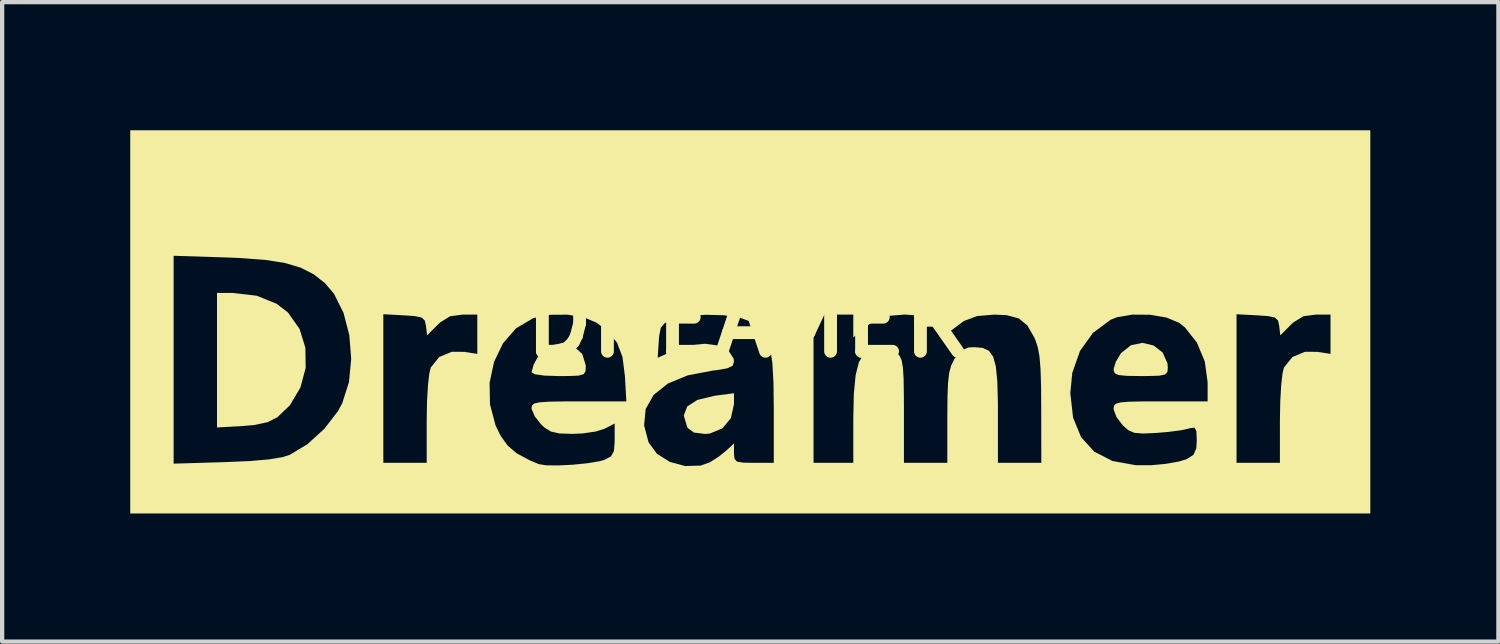
<source format=kicad_pcb>
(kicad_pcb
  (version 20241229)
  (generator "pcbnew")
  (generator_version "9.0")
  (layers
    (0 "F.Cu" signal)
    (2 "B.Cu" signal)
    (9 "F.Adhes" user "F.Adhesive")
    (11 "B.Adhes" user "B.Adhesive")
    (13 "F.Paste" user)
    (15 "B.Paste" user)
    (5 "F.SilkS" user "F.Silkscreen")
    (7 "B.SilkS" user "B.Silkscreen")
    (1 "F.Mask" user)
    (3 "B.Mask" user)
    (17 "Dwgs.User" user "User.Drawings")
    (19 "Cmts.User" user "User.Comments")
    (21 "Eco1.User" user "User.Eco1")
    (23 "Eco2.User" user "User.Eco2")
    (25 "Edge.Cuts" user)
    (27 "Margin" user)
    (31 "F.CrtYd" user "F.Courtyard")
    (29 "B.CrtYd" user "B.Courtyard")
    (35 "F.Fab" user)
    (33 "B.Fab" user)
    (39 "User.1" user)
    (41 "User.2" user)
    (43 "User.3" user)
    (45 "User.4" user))
  (footprint "DREAMER"
    (layer "F.Cu")
    (at 14.478 4.487)
    (property "Reference" "DREAMER" (at 0 0 0) (layer "F.SilkS") (effects (font (size 1.524 1.524) (thickness 0.3))))
    (attr board_only exclude_from_pos_files exclude_from_bom)
    (fp_poly (pts (xy -0.339 1.925) (xy -0.411 2.254) (xy -0.61 2.494) (xy -0.904 2.616) (xy -1.019 2.625) (xy -1.278 2.593) (xy -1.421 2.487) (xy -1.436 2.461) (xy -1.515 2.193) (xy -1.434 1.982) (xy -1.195 1.828) (xy -0.799 1.733) (xy -0.783 1.73) (xy -0.339 1.672)) (stroke (width 0) (type solid)) (fill yes) (layer "F.SilkS"))
    (fp_poly (pts (xy -12.086 -0.677) (xy -11.518 -0.612) (xy -11.048 -0.423) (xy -10.785 -0.219) (xy -10.513 0.165) (xy -10.376 0.609) (xy -10.37 1.08) (xy -10.493 1.54) (xy -10.739 1.954) (xy -11.031 2.233) (xy -11.257 2.349) (xy -11.579 2.417) (xy -11.856 2.441) (xy -12.446 2.474) (xy -12.446 -0.677)) (stroke (width 0) (type solid)) (fill yes) (layer "F.SilkS"))
    (fp_poly (pts (xy -4.091 0.573) (xy -3.892 0.752) (xy -3.81 1.02) (xy -3.81 1.044) (xy -3.816 1.159) (xy -3.859 1.226) (xy -3.975 1.259) (xy -4.198 1.269) (xy -4.445 1.27) (xy -4.784 1.259) (xy -5.004 1.227) (xy -5.08 1.181) (xy -5.03 0.999) (xy -4.912 0.785) (xy -4.771 0.613) (xy -4.695 0.561) (xy -4.37 0.502)) (stroke (width 0) (type solid)) (fill yes) (layer "F.SilkS"))
    (fp_poly (pts (xy 9.488 0.554) (xy 9.698 0.717) (xy 9.812 0.969) (xy 9.821 1.077) (xy 9.811 1.175) (xy 9.756 1.233) (xy 9.621 1.261) (xy 9.37 1.269) (xy 9.186 1.27) (xy 8.86 1.265) (xy 8.669 1.246) (xy 8.578 1.204) (xy 8.552 1.129) (xy 8.551 1.112) (xy 8.602 0.938) (xy 8.723 0.736) (xy 8.727 0.731) (xy 8.959 0.547) (xy 9.227 0.492)) (stroke (width 0) (type solid)) (fill yes) (layer "F.SilkS"))
    (fp_poly (pts (xy 14.563 4.487) (xy -14.478 4.487) (xy -14.478 -1.547) (xy -13.462 -1.547) (xy -13.462 3.321) (xy -12.255 3.285) (xy -11.661 3.259) (xy -11.217 3.22) (xy -10.905 3.167) (xy -10.741 3.114) (xy -10.327 2.864) (xy -9.933 2.506) (xy -9.616 2.095) (xy -9.513 1.905) (xy -9.356 1.412) (xy -9.303 0.865) (xy -9.348 0.31) (xy -9.475 -0.178) (xy -8.551 -0.178) (xy -8.551 3.302) (xy -7.535 3.302) (xy -7.535 2.29) (xy -7.528 1.868) (xy -7.506 1.495) (xy -7.499 1.426) (xy -6.062 1.426) (xy -6.053 1.934) (xy -5.922 2.428) (xy -5.806 2.665) (xy -5.639 2.899) (xy -5.428 3.079) (xy -5.125 3.242) (xy -4.911 3.332) (xy -4.736 3.36) (xy -4.451 3.363) (xy -4.112 3.346) (xy -3.774 3.312) (xy -3.494 3.266) (xy -3.365 3.23) (xy -3.219 3.15) (xy -3.151 3.027) (xy -3.133 2.803) (xy -3.133 2.759) (xy -3.133 2.426) (xy -2.444 2.426) (xy -2.339 2.823) (xy -2.144 3.089) (xy -1.841 3.28) (xy -1.482 3.377) (xy -1.119 3.366) (xy -0.905 3.291) (xy -0.701 3.161) (xy -0.529 3.023) (xy -0.339 2.849) (xy -0.339 3.076) (xy -0.328 3.205) (xy -0.27 3.273) (xy -0.121 3.298) (xy 0.127 3.302) (xy 0.593 3.302) (xy 1.524 3.302) (xy 2.455 3.302) (xy 2.455 2.265) (xy 2.468 1.682) (xy 2.51 1.248) (xy 2.587 0.943) (xy 2.708 0.747) (xy 2.878 0.64) (xy 3.035 0.608) (xy 3.333 0.641) (xy 3.479 0.727) (xy 3.543 0.801) (xy 3.588 0.905) (xy 3.617 1.07) (xy 3.633 1.323) (xy 3.639 1.695) (xy 3.641 2.087) (xy 3.641 3.302) (xy 4.657 3.302) (xy 4.657 2.223) (xy 4.661 1.757) (xy 4.674 1.425) (xy 4.701 1.192) (xy 4.747 1.023) (xy 4.816 0.882) (xy 4.825 0.868) (xy 4.975 0.676) (xy 5.151 0.601) (xy 5.286 0.593) (xy 5.484 0.61) (xy 5.63 0.677) (xy 5.73 0.815) (xy 5.794 1.048) (xy 5.828 1.395) (xy 5.841 1.88) (xy 5.842 2.136) (xy 5.842 3.302) (xy 6.858 3.302) (xy 6.856 2.011) (xy 6.854 1.669) (xy 7.537 1.669) (xy 7.602 2.243) (xy 7.789 2.7) (xy 8.098 3.04) (xy 8.525 3.259) (xy 9.068 3.357) (xy 9.44 3.357) (xy 9.778 3.325) (xy 10.078 3.272) (xy 10.266 3.215) (xy 10.422 3.113) (xy 10.488 2.961) (xy 10.499 2.771) (xy 10.49 2.559) (xy 10.446 2.478) (xy 10.341 2.49) (xy 10.308 2.501) (xy 10.126 2.54) (xy 9.84 2.577) (xy 9.549 2.602) (xy 9.236 2.616) (xy 9.038 2.599) (xy 8.9 2.541) (xy 8.769 2.427) (xy 8.766 2.424) (xy 8.62 2.232) (xy 8.552 2.051) (xy 8.551 2.036) (xy 8.56 1.965) (xy 8.604 1.917) (xy 8.71 1.887) (xy 8.905 1.871) (xy 9.216 1.864) (xy 9.652 1.863) (xy 10.753 1.863) (xy 10.753 1.415) (xy 10.686 0.928) (xy 10.502 0.485) (xy 10.223 0.132) (xy 10.084 0.022) (xy 9.788 -0.101) (xy 9.401 -0.166) (xy 8.991 -0.169) (xy 8.629 -0.107) (xy 8.484 -0.05) (xy 8.067 0.26) (xy 7.763 0.683) (xy 7.583 1.198) (xy 7.537 1.669) (xy 6.854 1.669) (xy 6.852 1.487) (xy 6.84 1.099) (xy 6.816 0.816) (xy 6.778 0.604) (xy 6.721 0.43) (xy 6.694 0.367) (xy 6.532 0.085) (xy 6.331 -0.08) (xy 6.047 -0.156) (xy 5.757 -0.169) (xy 5.357 -0.136) (xy 5.044 -0.019) (xy 4.773 0.184) (xy 4.656 0.28) (xy 4.564 0.287) (xy 4.441 0.194) (xy 4.335 0.089) (xy 4.147 -0.072) (xy 3.956 -0.148) (xy 3.684 -0.169) (xy 3.642 -0.169) (xy 3.244 -0.137) (xy 2.934 -0.022) (xy 2.646 0.195) (xy 2.455 0.368) (xy 2.455 -0.169) (xy 1.524 -0.169) (xy 1.524 3.302) (xy 0.593 3.302) (xy 0.593 2.029) (xy 0.586 1.427) (xy 0.56 0.967) (xy 0.509 0.625) (xy 0.427 0.376) (xy 0.306 0.192) (xy 0.14 0.049) (xy 0.069 0.002) (xy -0.2 -0.097) (xy -0.576 -0.154) (xy -1.001 -0.166) (xy -1.418 -0.133) (xy -1.768 -0.053) (xy -1.778 -0.05) (xy -1.961 0.031) (xy -2.053 0.139) (xy -2.091 0.334) (xy -2.1 0.45) (xy -2.126 0.842) (xy -1.761 0.677) (xy -1.382 0.552) (xy -1.017 0.513) (xy -0.702 0.556) (xy -0.468 0.673) (xy -0.348 0.86) (xy -0.339 0.938) (xy -0.372 1.03) (xy -0.497 1.089) (xy -0.748 1.132) (xy -0.826 1.14) (xy -1.422 1.253) (xy -1.889 1.446) (xy -2.22 1.711) (xy -2.407 2.04) (xy -2.444 2.426) (xy -3.133 2.426) (xy -3.133 2.381) (xy -3.365 2.502) (xy -3.578 2.569) (xy -3.882 2.613) (xy -4.116 2.624) (xy -4.424 2.614) (xy -4.625 2.57) (xy -4.778 2.475) (xy -4.857 2.401) (xy -5.005 2.213) (xy -5.078 2.041) (xy -5.08 2.02) (xy -5.068 1.956) (xy -5.014 1.912) (xy -4.892 1.885) (xy -4.675 1.87) (xy -4.336 1.864) (xy -3.97 1.863) (xy -2.86 1.863) (xy -2.893 1.273) (xy -2.95 0.824) (xy -3.078 0.487) (xy -3.305 0.214) (xy -3.555 0.021) (xy -3.852 -0.105) (xy -4.241 -0.168) (xy -4.655 -0.165) (xy -5.025 -0.09) (xy -5.053 -0.079) (xy -5.444 0.153) (xy -5.749 0.503) (xy -5.958 0.938) (xy -6.062 1.426) (xy -7.499 1.426) (xy -7.475 1.213) (xy -7.441 1.072) (xy -7.243 0.824) (xy -6.946 0.701) (xy -6.651 0.703) (xy -6.35 0.751) (xy -6.35 -0.169) (xy -6.695 -0.169) (xy -6.987 -0.131) (xy -7.219 0.013) (xy -7.283 0.074) (xy -7.526 0.317) (xy -7.552 0.095) (xy -7.58 -0.031) (xy -7.654 -0.101) (xy -7.819 -0.135) (xy -8.065 -0.152) (xy -8.551 -0.178) (xy 11.43 -0.178) (xy 11.43 3.302) (xy 12.446 3.302) (xy 12.446 2.29) (xy 12.454 1.868) (xy 12.475 1.495) (xy 12.506 1.213) (xy 12.54 1.072) (xy 12.738 0.824) (xy 13.035 0.701) (xy 13.33 0.703) (xy 13.631 0.751) (xy 13.631 -0.169) (xy 13.286 -0.169) (xy 12.995 -0.131) (xy 12.762 0.013) (xy 12.698 0.074) (xy 12.455 0.317) (xy 12.429 0.095) (xy 12.402 -0.031) (xy 12.327 -0.101) (xy 12.163 -0.135) (xy 11.917 -0.152) (xy 11.43 -0.178) (xy -8.551 -0.178) (xy -9.475 -0.178) (xy -9.484 -0.212) (xy -9.706 -0.657) (xy -9.917 -0.906) (xy -10.181 -1.113) (xy -10.482 -1.267) (xy -10.849 -1.377) (xy -11.311 -1.45) (xy -11.899 -1.494) (xy -12.213 -1.507) (xy -13.462 -1.547) (xy -14.478 -1.547) (xy -14.478 -4.487) (xy 14.563 -4.487)) (stroke (width 0) (type solid)) (fill yes) (layer "F.SilkS")))
  (gr_rect
    (start -3 -3)
    (end 32.041 11.975)
    (stroke (width 0.1) (type default))
    (fill no)
    (layer "Edge.Cuts")))
</source>
